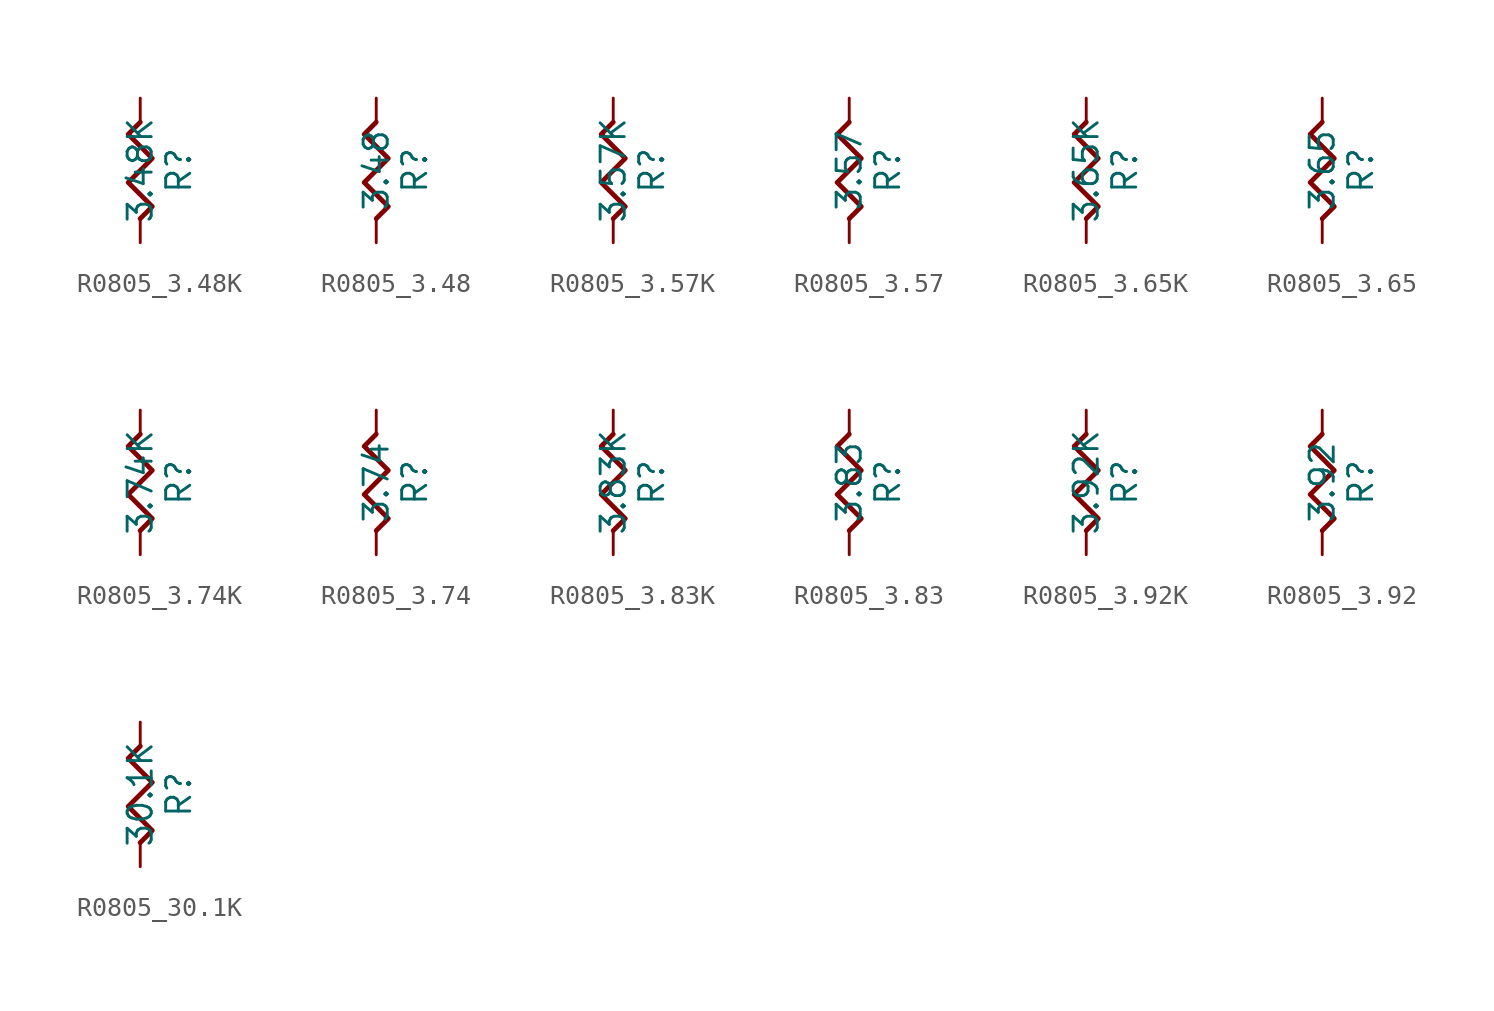
<source format=kicad_sym>
(kicad_symbol_lib
  (version 20211014)
  (generator atlantix-eda)
  (symbol "R0805_3.48K"
    (pin_numbers hide)
    (pin_names
      (offset 0))
    (property "Reference" "R"
      (at 2.032 0 90)
      (effects (font (size 1.27 1.27))))
    (property "Value" "3.48K"
      (at 0 0 90)
      (effects (font (size 1.27 1.27))))
    (symbol "R0805_3.48K_0_1"
      (polyline (pts (xy 0 -2.54) (xy 0.635 -1.905) (xy -0.635 -0.635) (xy 0.635 0.635) (xy -0.635 1.905) (xy 0 2.54)) (stroke (width 0.254) (type default) (color 0 0 0 0)) (fill (type none))))
    (symbol "R0805_3.48K_1_1"
      (pin passive line (at 0 3.81 270) (length 1.27) (name "~" (effects (font (size 1.27 1.27)))) (number "1" (effects (font (size 1.27 1.27)))))
      (pin passive line (at 0 -3.81 90) (length 1.27) (name "~" (effects (font (size 1.27 1.27)))) (number "2" (effects (font (size 1.27 1.27)))))))
  (symbol "R0805_3.48"
    (pin_numbers hide)
    (pin_names
      (offset 0))
    (property "Reference" "R"
      (at 2.032 0 90)
      (effects (font (size 1.27 1.27))))
    (property "Value" "3.48"
      (at 0 0 90)
      (effects (font (size 1.27 1.27))))
    (symbol "R0805_3.48_0_1"
      (polyline (pts (xy 0 -2.54) (xy 0.635 -1.905) (xy -0.635 -0.635) (xy 0.635 0.635) (xy -0.635 1.905) (xy 0 2.54)) (stroke (width 0.254) (type default) (color 0 0 0 0)) (fill (type none))))
    (symbol "R0805_3.48_1_1"
      (pin passive line (at 0 3.81 270) (length 1.27) (name "~" (effects (font (size 1.27 1.27)))) (number "1" (effects (font (size 1.27 1.27)))))
      (pin passive line (at 0 -3.81 90) (length 1.27) (name "~" (effects (font (size 1.27 1.27)))) (number "2" (effects (font (size 1.27 1.27)))))))
  (symbol "R0805_3.57K"
    (pin_numbers hide)
    (pin_names
      (offset 0))
    (property "Reference" "R"
      (at 2.032 0 90)
      (effects (font (size 1.27 1.27))))
    (property "Value" "3.57K"
      (at 0 0 90)
      (effects (font (size 1.27 1.27))))
    (symbol "R0805_3.57K_0_1"
      (polyline (pts (xy 0 -2.54) (xy 0.635 -1.905) (xy -0.635 -0.635) (xy 0.635 0.635) (xy -0.635 1.905) (xy 0 2.54)) (stroke (width 0.254) (type default) (color 0 0 0 0)) (fill (type none))))
    (symbol "R0805_3.57K_1_1"
      (pin passive line (at 0 3.81 270) (length 1.27) (name "~" (effects (font (size 1.27 1.27)))) (number "1" (effects (font (size 1.27 1.27)))))
      (pin passive line (at 0 -3.81 90) (length 1.27) (name "~" (effects (font (size 1.27 1.27)))) (number "2" (effects (font (size 1.27 1.27)))))))
  (symbol "R0805_3.57"
    (pin_numbers hide)
    (pin_names
      (offset 0))
    (property "Reference" "R"
      (at 2.032 0 90)
      (effects (font (size 1.27 1.27))))
    (property "Value" "3.57"
      (at 0 0 90)
      (effects (font (size 1.27 1.27))))
    (symbol "R0805_3.57_0_1"
      (polyline (pts (xy 0 -2.54) (xy 0.635 -1.905) (xy -0.635 -0.635) (xy 0.635 0.635) (xy -0.635 1.905) (xy 0 2.54)) (stroke (width 0.254) (type default) (color 0 0 0 0)) (fill (type none))))
    (symbol "R0805_3.57_1_1"
      (pin passive line (at 0 3.81 270) (length 1.27) (name "~" (effects (font (size 1.27 1.27)))) (number "1" (effects (font (size 1.27 1.27)))))
      (pin passive line (at 0 -3.81 90) (length 1.27) (name "~" (effects (font (size 1.27 1.27)))) (number "2" (effects (font (size 1.27 1.27)))))))
  (symbol "R0805_3.65K"
    (pin_numbers hide)
    (pin_names
      (offset 0))
    (property "Reference" "R"
      (at 2.032 0 90)
      (effects (font (size 1.27 1.27))))
    (property "Value" "3.65K"
      (at 0 0 90)
      (effects (font (size 1.27 1.27))))
    (symbol "R0805_3.65K_0_1"
      (polyline (pts (xy 0 -2.54) (xy 0.635 -1.905) (xy -0.635 -0.635) (xy 0.635 0.635) (xy -0.635 1.905) (xy 0 2.54)) (stroke (width 0.254) (type default) (color 0 0 0 0)) (fill (type none))))
    (symbol "R0805_3.65K_1_1"
      (pin passive line (at 0 3.81 270) (length 1.27) (name "~" (effects (font (size 1.27 1.27)))) (number "1" (effects (font (size 1.27 1.27)))))
      (pin passive line (at 0 -3.81 90) (length 1.27) (name "~" (effects (font (size 1.27 1.27)))) (number "2" (effects (font (size 1.27 1.27)))))))
  (symbol "R0805_3.65"
    (pin_numbers hide)
    (pin_names
      (offset 0))
    (property "Reference" "R"
      (at 2.032 0 90)
      (effects (font (size 1.27 1.27))))
    (property "Value" "3.65"
      (at 0 0 90)
      (effects (font (size 1.27 1.27))))
    (symbol "R0805_3.65_0_1"
      (polyline (pts (xy 0 -2.54) (xy 0.635 -1.905) (xy -0.635 -0.635) (xy 0.635 0.635) (xy -0.635 1.905) (xy 0 2.54)) (stroke (width 0.254) (type default) (color 0 0 0 0)) (fill (type none))))
    (symbol "R0805_3.65_1_1"
      (pin passive line (at 0 3.81 270) (length 1.27) (name "~" (effects (font (size 1.27 1.27)))) (number "1" (effects (font (size 1.27 1.27)))))
      (pin passive line (at 0 -3.81 90) (length 1.27) (name "~" (effects (font (size 1.27 1.27)))) (number "2" (effects (font (size 1.27 1.27)))))))
  (symbol "R0805_3.74K"
    (pin_numbers hide)
    (pin_names
      (offset 0))
    (property "Reference" "R"
      (at 2.032 0 90)
      (effects (font (size 1.27 1.27))))
    (property "Value" "3.74K"
      (at 0 0 90)
      (effects (font (size 1.27 1.27))))
    (symbol "R0805_3.74K_0_1"
      (polyline (pts (xy 0 -2.54) (xy 0.635 -1.905) (xy -0.635 -0.635) (xy 0.635 0.635) (xy -0.635 1.905) (xy 0 2.54)) (stroke (width 0.254) (type default) (color 0 0 0 0)) (fill (type none))))
    (symbol "R0805_3.74K_1_1"
      (pin passive line (at 0 3.81 270) (length 1.27) (name "~" (effects (font (size 1.27 1.27)))) (number "1" (effects (font (size 1.27 1.27)))))
      (pin passive line (at 0 -3.81 90) (length 1.27) (name "~" (effects (font (size 1.27 1.27)))) (number "2" (effects (font (size 1.27 1.27)))))))
  (symbol "R0805_3.74"
    (pin_numbers hide)
    (pin_names
      (offset 0))
    (property "Reference" "R"
      (at 2.032 0 90)
      (effects (font (size 1.27 1.27))))
    (property "Value" "3.74"
      (at 0 0 90)
      (effects (font (size 1.27 1.27))))
    (symbol "R0805_3.74_0_1"
      (polyline (pts (xy 0 -2.54) (xy 0.635 -1.905) (xy -0.635 -0.635) (xy 0.635 0.635) (xy -0.635 1.905) (xy 0 2.54)) (stroke (width 0.254) (type default) (color 0 0 0 0)) (fill (type none))))
    (symbol "R0805_3.74_1_1"
      (pin passive line (at 0 3.81 270) (length 1.27) (name "~" (effects (font (size 1.27 1.27)))) (number "1" (effects (font (size 1.27 1.27)))))
      (pin passive line (at 0 -3.81 90) (length 1.27) (name "~" (effects (font (size 1.27 1.27)))) (number "2" (effects (font (size 1.27 1.27)))))))
  (symbol "R0805_3.83K"
    (pin_numbers hide)
    (pin_names
      (offset 0))
    (property "Reference" "R"
      (at 2.032 0 90)
      (effects (font (size 1.27 1.27))))
    (property "Value" "3.83K"
      (at 0 0 90)
      (effects (font (size 1.27 1.27))))
    (symbol "R0805_3.83K_0_1"
      (polyline (pts (xy 0 -2.54) (xy 0.635 -1.905) (xy -0.635 -0.635) (xy 0.635 0.635) (xy -0.635 1.905) (xy 0 2.54)) (stroke (width 0.254) (type default) (color 0 0 0 0)) (fill (type none))))
    (symbol "R0805_3.83K_1_1"
      (pin passive line (at 0 3.81 270) (length 1.27) (name "~" (effects (font (size 1.27 1.27)))) (number "1" (effects (font (size 1.27 1.27)))))
      (pin passive line (at 0 -3.81 90) (length 1.27) (name "~" (effects (font (size 1.27 1.27)))) (number "2" (effects (font (size 1.27 1.27)))))))
  (symbol "R0805_3.83"
    (pin_numbers hide)
    (pin_names
      (offset 0))
    (property "Reference" "R"
      (at 2.032 0 90)
      (effects (font (size 1.27 1.27))))
    (property "Value" "3.83"
      (at 0 0 90)
      (effects (font (size 1.27 1.27))))
    (symbol "R0805_3.83_0_1"
      (polyline (pts (xy 0 -2.54) (xy 0.635 -1.905) (xy -0.635 -0.635) (xy 0.635 0.635) (xy -0.635 1.905) (xy 0 2.54)) (stroke (width 0.254) (type default) (color 0 0 0 0)) (fill (type none))))
    (symbol "R0805_3.83_1_1"
      (pin passive line (at 0 3.81 270) (length 1.27) (name "~" (effects (font (size 1.27 1.27)))) (number "1" (effects (font (size 1.27 1.27)))))
      (pin passive line (at 0 -3.81 90) (length 1.27) (name "~" (effects (font (size 1.27 1.27)))) (number "2" (effects (font (size 1.27 1.27)))))))
  (symbol "R0805_3.92K"
    (pin_numbers hide)
    (pin_names
      (offset 0))
    (property "Reference" "R"
      (at 2.032 0 90)
      (effects (font (size 1.27 1.27))))
    (property "Value" "3.92K"
      (at 0 0 90)
      (effects (font (size 1.27 1.27))))
    (symbol "R0805_3.92K_0_1"
      (polyline (pts (xy 0 -2.54) (xy 0.635 -1.905) (xy -0.635 -0.635) (xy 0.635 0.635) (xy -0.635 1.905) (xy 0 2.54)) (stroke (width 0.254) (type default) (color 0 0 0 0)) (fill (type none))))
    (symbol "R0805_3.92K_1_1"
      (pin passive line (at 0 3.81 270) (length 1.27) (name "~" (effects (font (size 1.27 1.27)))) (number "1" (effects (font (size 1.27 1.27)))))
      (pin passive line (at 0 -3.81 90) (length 1.27) (name "~" (effects (font (size 1.27 1.27)))) (number "2" (effects (font (size 1.27 1.27)))))))
  (symbol "R0805_3.92"
    (pin_numbers hide)
    (pin_names
      (offset 0))
    (property "Reference" "R"
      (at 2.032 0 90)
      (effects (font (size 1.27 1.27))))
    (property "Value" "3.92"
      (at 0 0 90)
      (effects (font (size 1.27 1.27))))
    (symbol "R0805_3.92_0_1"
      (polyline (pts (xy 0 -2.54) (xy 0.635 -1.905) (xy -0.635 -0.635) (xy 0.635 0.635) (xy -0.635 1.905) (xy 0 2.54)) (stroke (width 0.254) (type default) (color 0 0 0 0)) (fill (type none))))
    (symbol "R0805_3.92_1_1"
      (pin passive line (at 0 3.81 270) (length 1.27) (name "~" (effects (font (size 1.27 1.27)))) (number "1" (effects (font (size 1.27 1.27)))))
      (pin passive line (at 0 -3.81 90) (length 1.27) (name "~" (effects (font (size 1.27 1.27)))) (number "2" (effects (font (size 1.27 1.27)))))))
  (symbol "R0805_30.1K"
    (pin_numbers hide)
    (pin_names
      (offset 0))
    (property "Reference" "R"
      (at 2.032 0 90)
      (effects (font (size 1.27 1.27))))
    (property "Value" "30.1K"
      (at 0 0 90)
      (effects (font (size 1.27 1.27))))
    (symbol "R0805_30.1K_0_1"
      (polyline (pts (xy 0 -2.54) (xy 0.635 -1.905) (xy -0.635 -0.635) (xy 0.635 0.635) (xy -0.635 1.905) (xy 0 2.54)) (stroke (width 0.254) (type default) (color 0 0 0 0)) (fill (type none))))
    (symbol "R0805_30.1K_1_1"
      (pin passive line (at 0 3.81 270) (length 1.27) (name "~" (effects (font (size 1.27 1.27)))) (number "1" (effects (font (size 1.27 1.27)))))
      (pin passive line (at 0 -3.81 90) (length 1.27) (name "~" (effects (font (size 1.27 1.27)))) (number "2" (effects (font (size 1.27 1.27))))))))
</source>
